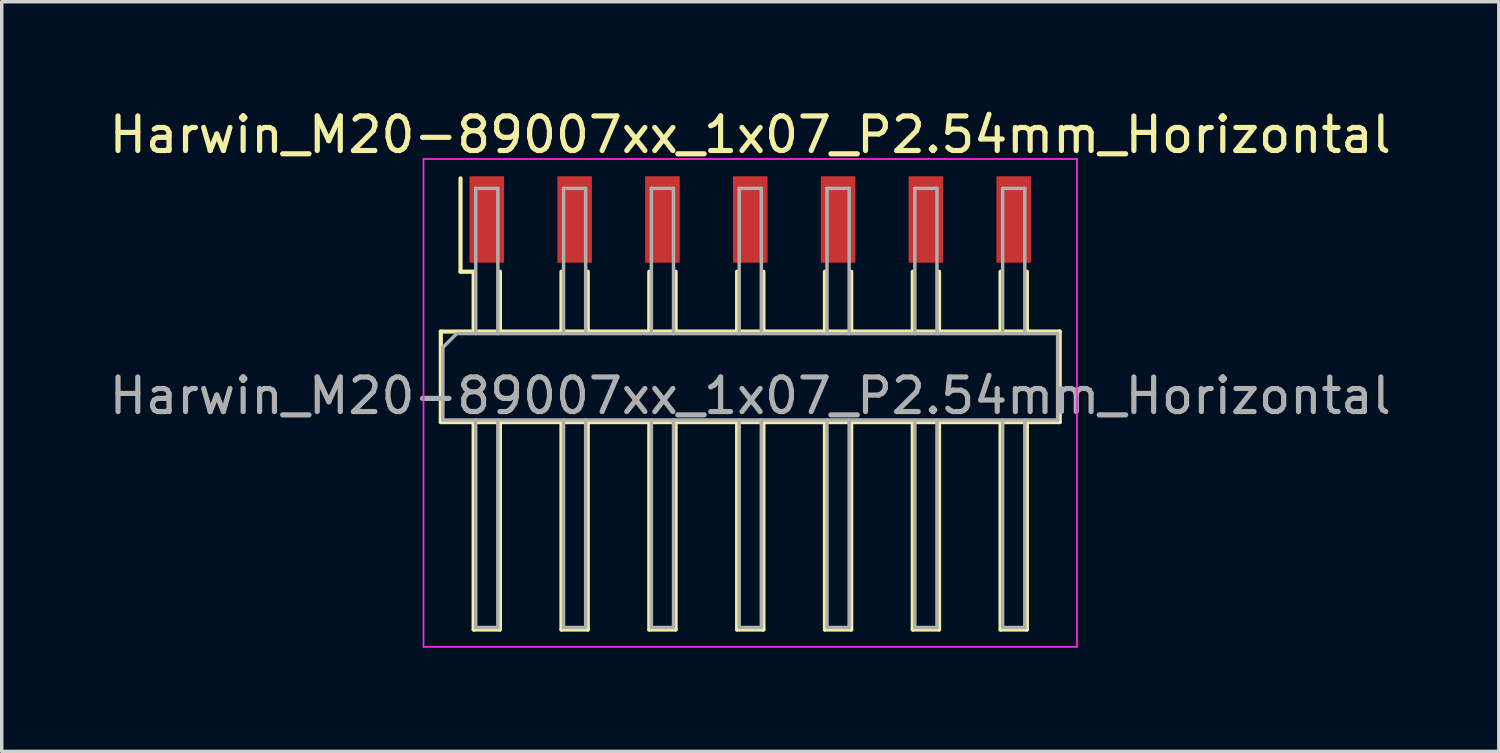
<source format=kicad_pcb>
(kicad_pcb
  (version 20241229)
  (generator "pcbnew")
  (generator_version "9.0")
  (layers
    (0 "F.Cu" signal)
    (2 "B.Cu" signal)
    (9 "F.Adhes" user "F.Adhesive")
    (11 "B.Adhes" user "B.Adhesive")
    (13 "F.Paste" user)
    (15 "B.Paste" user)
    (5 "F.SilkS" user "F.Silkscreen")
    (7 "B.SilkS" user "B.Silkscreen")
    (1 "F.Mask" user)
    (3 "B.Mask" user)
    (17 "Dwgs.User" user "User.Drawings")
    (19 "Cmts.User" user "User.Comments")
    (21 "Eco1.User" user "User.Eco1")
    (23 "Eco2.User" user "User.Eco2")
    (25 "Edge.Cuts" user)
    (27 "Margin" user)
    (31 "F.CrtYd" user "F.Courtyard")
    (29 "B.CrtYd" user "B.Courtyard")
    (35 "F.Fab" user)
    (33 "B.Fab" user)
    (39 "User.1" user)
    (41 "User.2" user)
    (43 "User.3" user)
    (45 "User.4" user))
  (footprint "Harwin_M20-89007xx_1x07_P2.54mm_Horizontal"
    (layer "F.Cu")
    (at 18.649 3.298)
    (property "Reference" "Harwin_M20-89007xx_1x07_P2.54mm_Horizontal" (at 0 -2.45 0) (layer "F.SilkS") (effects (font (size 1 1) (thickness 0.15))))
    (attr smd)
    (fp_line (start -8.95 3.24) (end -8.95 5.86) (stroke (width 0.12) (type solid)) (layer "F.SilkS"))
    (fp_line (start -8.95 5.86) (end 8.95 5.86) (stroke (width 0.12) (type solid)) (layer "F.SilkS"))
    (fp_line (start -8.38 1.51) (end -8.38 -1.19) (stroke (width 0.12) (type solid)) (layer "F.SilkS"))
    (fp_line (start -8 1.51) (end -8.38 1.51) (stroke (width 0.12) (type solid)) (layer "F.SilkS"))
    (fp_line (start -8 1.51) (end -8 3.24) (stroke (width 0.12) (type solid)) (layer "F.SilkS"))
    (fp_line (start -8 5.86) (end -8 11.86) (stroke (width 0.12) (type solid)) (layer "F.SilkS"))
    (fp_line (start -8 11.86) (end -7.24 11.86) (stroke (width 0.12) (type solid)) (layer "F.SilkS"))
    (fp_line (start -7.24 1.51) (end -7.24 3.24) (stroke (width 0.12) (type solid)) (layer "F.SilkS"))
    (fp_line (start -7.24 11.86) (end -7.24 5.86) (stroke (width 0.12) (type solid)) (layer "F.SilkS"))
    (fp_line (start -5.46 1.51) (end -5.46 3.24) (stroke (width 0.12) (type solid)) (layer "F.SilkS"))
    (fp_line (start -5.46 5.86) (end -5.46 11.86) (stroke (width 0.12) (type solid)) (layer "F.SilkS"))
    (fp_line (start -5.46 11.86) (end -4.7 11.86) (stroke (width 0.12) (type solid)) (layer "F.SilkS"))
    (fp_line (start -4.7 1.51) (end -4.7 3.24) (stroke (width 0.12) (type solid)) (layer "F.SilkS"))
    (fp_line (start -4.7 11.86) (end -4.7 5.86) (stroke (width 0.12) (type solid)) (layer "F.SilkS"))
    (fp_line (start -2.92 1.51) (end -2.92 3.24) (stroke (width 0.12) (type solid)) (layer "F.SilkS"))
    (fp_line (start -2.92 5.86) (end -2.92 11.86) (stroke (width 0.12) (type solid)) (layer "F.SilkS"))
    (fp_line (start -2.92 11.86) (end -2.16 11.86) (stroke (width 0.12) (type solid)) (layer "F.SilkS"))
    (fp_line (start -2.16 1.51) (end -2.16 3.24) (stroke (width 0.12) (type solid)) (layer "F.SilkS"))
    (fp_line (start -2.16 11.86) (end -2.16 5.86) (stroke (width 0.12) (type solid)) (layer "F.SilkS"))
    (fp_line (start -0.38 1.51) (end -0.38 3.24) (stroke (width 0.12) (type solid)) (layer "F.SilkS"))
    (fp_line (start -0.38 5.86) (end -0.38 11.86) (stroke (width 0.12) (type solid)) (layer "F.SilkS"))
    (fp_line (start -0.38 11.86) (end 0.38 11.86) (stroke (width 0.12) (type solid)) (layer "F.SilkS"))
    (fp_line (start 0.38 1.51) (end 0.38 3.24) (stroke (width 0.12) (type solid)) (layer "F.SilkS"))
    (fp_line (start 0.38 11.86) (end 0.38 5.86) (stroke (width 0.12) (type solid)) (layer "F.SilkS"))
    (fp_line (start 2.16 1.51) (end 2.16 3.24) (stroke (width 0.12) (type solid)) (layer "F.SilkS"))
    (fp_line (start 2.16 5.86) (end 2.16 11.86) (stroke (width 0.12) (type solid)) (layer "F.SilkS"))
    (fp_line (start 2.16 11.86) (end 2.92 11.86) (stroke (width 0.12) (type solid)) (layer "F.SilkS"))
    (fp_line (start 2.92 1.51) (end 2.92 3.24) (stroke (width 0.12) (type solid)) (layer "F.SilkS"))
    (fp_line (start 2.92 11.86) (end 2.92 5.86) (stroke (width 0.12) (type solid)) (layer "F.SilkS"))
    (fp_line (start 4.7 1.51) (end 4.7 3.24) (stroke (width 0.12) (type solid)) (layer "F.SilkS"))
    (fp_line (start 4.7 5.86) (end 4.7 11.86) (stroke (width 0.12) (type solid)) (layer "F.SilkS"))
    (fp_line (start 4.7 11.86) (end 5.46 11.86) (stroke (width 0.12) (type solid)) (layer "F.SilkS"))
    (fp_line (start 5.46 1.51) (end 5.46 3.24) (stroke (width 0.12) (type solid)) (layer "F.SilkS"))
    (fp_line (start 5.46 11.86) (end 5.46 5.86) (stroke (width 0.12) (type solid)) (layer "F.SilkS"))
    (fp_line (start 7.24 1.51) (end 7.24 3.24) (stroke (width 0.12) (type solid)) (layer "F.SilkS"))
    (fp_line (start 7.24 5.86) (end 7.24 11.86) (stroke (width 0.12) (type solid)) (layer "F.SilkS"))
    (fp_line (start 7.24 11.86) (end 8 11.86) (stroke (width 0.12) (type solid)) (layer "F.SilkS"))
    (fp_line (start 8 1.51) (end 8 3.24) (stroke (width 0.12) (type solid)) (layer "F.SilkS"))
    (fp_line (start 8 11.86) (end 8 5.86) (stroke (width 0.12) (type solid)) (layer "F.SilkS"))
    (fp_line (start 8.95 3.24) (end -8.95 3.24) (stroke (width 0.12) (type solid)) (layer "F.SilkS"))
    (fp_line (start 8.95 5.86) (end 8.95 3.24) (stroke (width 0.12) (type solid)) (layer "F.SilkS"))
    (fp_line (start -9.45 -1.75) (end 9.45 -1.75) (stroke (width 0.05) (type solid)) (layer "F.CrtYd"))
    (fp_line (start -9.45 12.36) (end -9.45 -1.75) (stroke (width 0.05) (type solid)) (layer "F.CrtYd"))
    (fp_line (start 9.45 -1.75) (end 9.45 12.36) (stroke (width 0.05) (type solid)) (layer "F.CrtYd"))
    (fp_line (start 9.45 12.36) (end -9.45 12.36) (stroke (width 0.05) (type solid)) (layer "F.CrtYd"))
    (fp_line (start -8.89 3.7) (end -8.89 5.8) (stroke (width 0.1) (type solid)) (layer "F.Fab"))
    (fp_line (start -8.89 5.8) (end 8.89 5.8) (stroke (width 0.1) (type solid)) (layer "F.Fab"))
    (fp_line (start -8.49 3.3) (end -8.89 3.7) (stroke (width 0.1) (type solid)) (layer "F.Fab"))
    (fp_line (start -7.94 -0.9) (end -7.3 -0.9) (stroke (width 0.1) (type solid)) (layer "F.Fab"))
    (fp_line (start -7.94 3.3) (end -7.94 -0.9) (stroke (width 0.1) (type solid)) (layer "F.Fab"))
    (fp_line (start -7.94 5.8) (end -7.94 11.8) (stroke (width 0.1) (type solid)) (layer "F.Fab"))
    (fp_line (start -7.94 11.8) (end -7.3 11.8) (stroke (width 0.1) (type solid)) (layer "F.Fab"))
    (fp_line (start -7.3 -0.9) (end -7.3 3.3) (stroke (width 0.1) (type solid)) (layer "F.Fab"))
    (fp_line (start -7.3 11.8) (end -7.3 5.8) (stroke (width 0.1) (type solid)) (layer "F.Fab"))
    (fp_line (start -5.4 -0.9) (end -4.76 -0.9) (stroke (width 0.1) (type solid)) (layer "F.Fab"))
    (fp_line (start -5.4 3.3) (end -5.4 -0.9) (stroke (width 0.1) (type solid)) (layer "F.Fab"))
    (fp_line (start -5.4 5.8) (end -5.4 11.8) (stroke (width 0.1) (type solid)) (layer "F.Fab"))
    (fp_line (start -5.4 11.8) (end -4.76 11.8) (stroke (width 0.1) (type solid)) (layer "F.Fab"))
    (fp_line (start -4.76 -0.9) (end -4.76 3.3) (stroke (width 0.1) (type solid)) (layer "F.Fab"))
    (fp_line (start -4.76 11.8) (end -4.76 5.8) (stroke (width 0.1) (type solid)) (layer "F.Fab"))
    (fp_line (start -2.86 -0.9) (end -2.22 -0.9) (stroke (width 0.1) (type solid)) (layer "F.Fab"))
    (fp_line (start -2.86 3.3) (end -2.86 -0.9) (stroke (width 0.1) (type solid)) (layer "F.Fab"))
    (fp_line (start -2.86 5.8) (end -2.86 11.8) (stroke (width 0.1) (type solid)) (layer "F.Fab"))
    (fp_line (start -2.86 11.8) (end -2.22 11.8) (stroke (width 0.1) (type solid)) (layer "F.Fab"))
    (fp_line (start -2.22 -0.9) (end -2.22 3.3) (stroke (width 0.1) (type solid)) (layer "F.Fab"))
    (fp_line (start -2.22 11.8) (end -2.22 5.8) (stroke (width 0.1) (type solid)) (layer "F.Fab"))
    (fp_line (start -0.32 -0.9) (end 0.32 -0.9) (stroke (width 0.1) (type solid)) (layer "F.Fab"))
    (fp_line (start -0.32 3.3) (end -0.32 -0.9) (stroke (width 0.1) (type solid)) (layer "F.Fab"))
    (fp_line (start -0.32 5.8) (end -0.32 11.8) (stroke (width 0.1) (type solid)) (layer "F.Fab"))
    (fp_line (start -0.32 11.8) (end 0.32 11.8) (stroke (width 0.1) (type solid)) (layer "F.Fab"))
    (fp_line (start 0.32 -0.9) (end 0.32 3.3) (stroke (width 0.1) (type solid)) (layer "F.Fab"))
    (fp_line (start 0.32 11.8) (end 0.32 5.8) (stroke (width 0.1) (type solid)) (layer "F.Fab"))
    (fp_line (start 2.22 -0.9) (end 2.86 -0.9) (stroke (width 0.1) (type solid)) (layer "F.Fab"))
    (fp_line (start 2.22 3.3) (end 2.22 -0.9) (stroke (width 0.1) (type solid)) (layer "F.Fab"))
    (fp_line (start 2.22 5.8) (end 2.22 11.8) (stroke (width 0.1) (type solid)) (layer "F.Fab"))
    (fp_line (start 2.22 11.8) (end 2.86 11.8) (stroke (width 0.1) (type solid)) (layer "F.Fab"))
    (fp_line (start 2.86 -0.9) (end 2.86 3.3) (stroke (width 0.1) (type solid)) (layer "F.Fab"))
    (fp_line (start 2.86 11.8) (end 2.86 5.8) (stroke (width 0.1) (type solid)) (layer "F.Fab"))
    (fp_line (start 4.76 -0.9) (end 5.4 -0.9) (stroke (width 0.1) (type solid)) (layer "F.Fab"))
    (fp_line (start 4.76 3.3) (end 4.76 -0.9) (stroke (width 0.1) (type solid)) (layer "F.Fab"))
    (fp_line (start 4.76 5.8) (end 4.76 11.8) (stroke (width 0.1) (type solid)) (layer "F.Fab"))
    (fp_line (start 4.76 11.8) (end 5.4 11.8) (stroke (width 0.1) (type solid)) (layer "F.Fab"))
    (fp_line (start 5.4 -0.9) (end 5.4 3.3) (stroke (width 0.1) (type solid)) (layer "F.Fab"))
    (fp_line (start 5.4 11.8) (end 5.4 5.8) (stroke (width 0.1) (type solid)) (layer "F.Fab"))
    (fp_line (start 7.3 -0.9) (end 7.94 -0.9) (stroke (width 0.1) (type solid)) (layer "F.Fab"))
    (fp_line (start 7.3 3.3) (end 7.3 -0.9) (stroke (width 0.1) (type solid)) (layer "F.Fab"))
    (fp_line (start 7.3 5.8) (end 7.3 11.8) (stroke (width 0.1) (type solid)) (layer "F.Fab"))
    (fp_line (start 7.3 11.8) (end 7.94 11.8) (stroke (width 0.1) (type solid)) (layer "F.Fab"))
    (fp_line (start 7.94 -0.9) (end 7.94 3.3) (stroke (width 0.1) (type solid)) (layer "F.Fab"))
    (fp_line (start 7.94 11.8) (end 7.94 5.8) (stroke (width 0.1) (type solid)) (layer "F.Fab"))
    (fp_line (start 8.89 3.3) (end -8.49 3.3) (stroke (width 0.1) (type solid)) (layer "F.Fab"))
    (fp_line (start 8.89 5.8) (end 8.89 3.3) (stroke (width 0.1) (type solid)) (layer "F.Fab"))
    (fp_text user "${REFERENCE}" (at 0 5.1 0) (layer "F.Fab") (effects (font (size 1 1) (thickness 0.15))))
    (pad "1" smd rect (at -7.62 0) (size 1 2.5) (layers "F.Cu" "F.Mask" "F.Paste"))
    (pad "2" smd rect (at -5.08 0) (size 1 2.5) (layers "F.Cu" "F.Mask" "F.Paste"))
    (pad "3" smd rect (at -2.54 0) (size 1 2.5) (layers "F.Cu" "F.Mask" "F.Paste"))
    (pad "4" smd rect (at 0 0) (size 1 2.5) (layers "F.Cu" "F.Mask" "F.Paste"))
    (pad "5" smd rect (at 2.54 0) (size 1 2.5) (layers "F.Cu" "F.Mask" "F.Paste"))
    (pad "6" smd rect (at 5.08 0) (size 1 2.5) (layers "F.Cu" "F.Mask" "F.Paste"))
    (pad "7" smd rect (at 7.62 0) (size 1 2.5) (layers "F.Cu" "F.Mask" "F.Paste")))
  (gr_rect
    (start -3 -3)
    (end 40.298 18.683)
    (stroke (width 0.1) (type default))
    (fill no)
    (layer "Edge.Cuts")))
</source>
